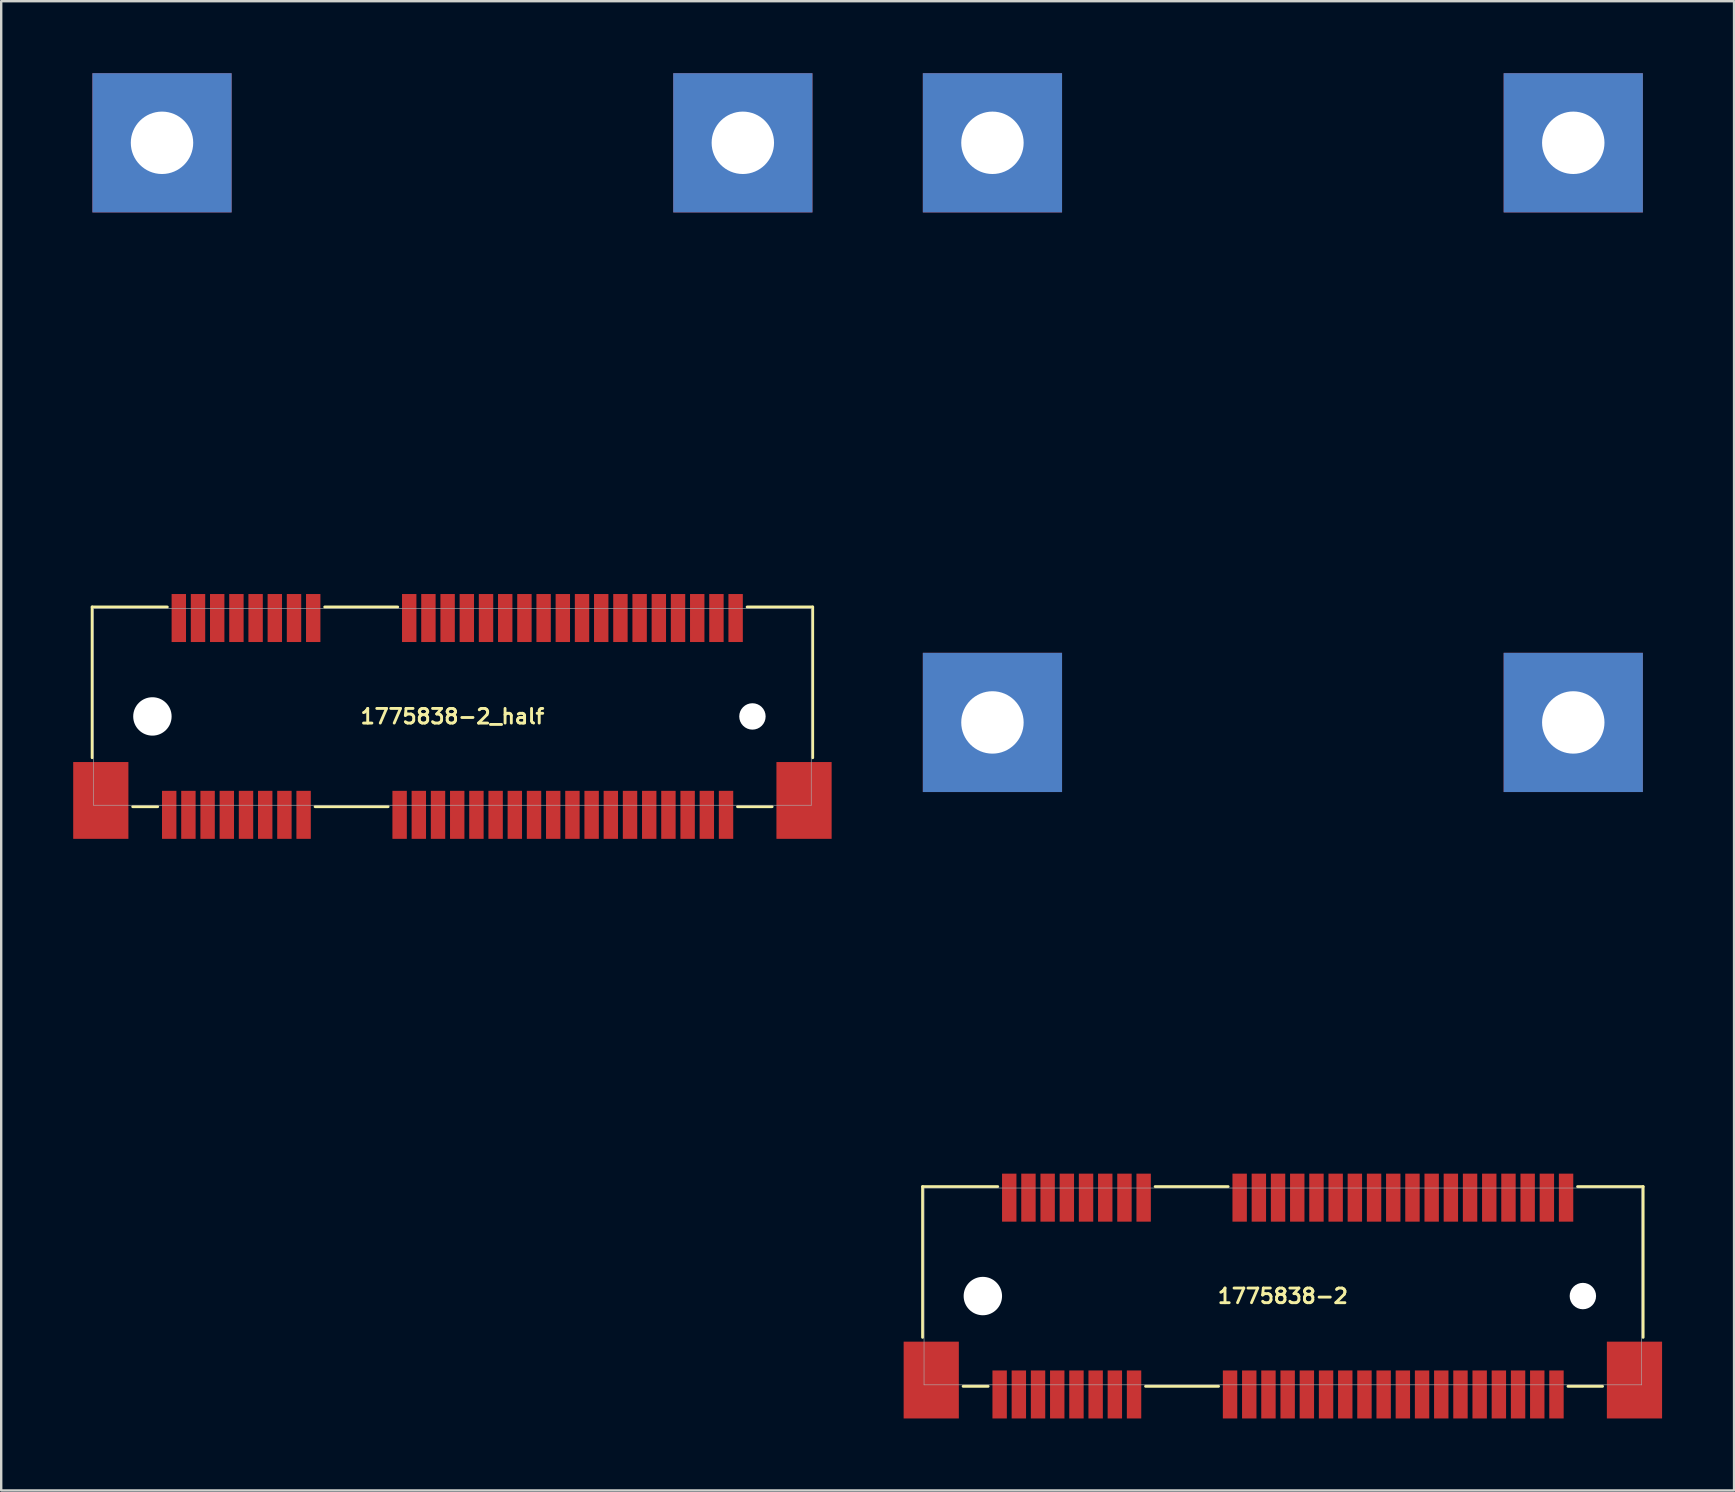
<source format=kicad_pcb>
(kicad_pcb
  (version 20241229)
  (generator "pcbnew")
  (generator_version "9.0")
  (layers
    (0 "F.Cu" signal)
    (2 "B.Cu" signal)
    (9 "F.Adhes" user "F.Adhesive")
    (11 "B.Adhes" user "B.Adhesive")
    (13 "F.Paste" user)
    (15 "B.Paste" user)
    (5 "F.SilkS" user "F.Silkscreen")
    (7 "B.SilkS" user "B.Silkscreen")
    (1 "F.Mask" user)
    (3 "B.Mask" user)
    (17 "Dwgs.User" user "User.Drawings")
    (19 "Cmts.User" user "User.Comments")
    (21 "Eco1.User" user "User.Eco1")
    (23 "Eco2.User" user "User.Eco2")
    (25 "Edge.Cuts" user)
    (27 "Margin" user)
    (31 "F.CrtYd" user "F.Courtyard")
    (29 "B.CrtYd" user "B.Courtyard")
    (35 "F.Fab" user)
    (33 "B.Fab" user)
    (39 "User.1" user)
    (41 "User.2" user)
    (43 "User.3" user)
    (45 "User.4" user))
  (footprint "1775838-2"
    (layer "F.Cu")
    (at 50.4 50.95)
    (property "Reference" "1775838-2" (at 0 0 0) (layer "F.SilkS") (effects (font (size 0.61 0.61) (thickness 0.12))))
    (attr through_hole)
    (fp_line (start -15.01 -4.56) (end -15.01 1.72) (stroke (width 0.12) (type solid)) (layer "F.SilkS"))
    (fp_line (start -13.32 3.76) (end -12.28 3.76) (stroke (width 0.12) (type solid)) (layer "F.SilkS"))
    (fp_line (start -11.88 -4.56) (end -15.01 -4.56) (stroke (width 0.12) (type solid)) (layer "F.SilkS"))
    (fp_line (start -5.32 -4.56) (end -2.28 -4.56) (stroke (width 0.12) (type solid)) (layer "F.SilkS"))
    (fp_line (start -2.68 3.76) (end -5.72 3.76) (stroke (width 0.12) (type solid)) (layer "F.SilkS"))
    (fp_line (start 12.28 -4.56) (end 15.01 -4.56) (stroke (width 0.12) (type solid)) (layer "F.SilkS"))
    (fp_line (start 13.32 3.76) (end 11.88 3.76) (stroke (width 0.12) (type solid)) (layer "F.SilkS"))
    (fp_line (start 15.01 -4.56) (end 15.01 1.72) (stroke (width 0.12) (type solid)) (layer "F.SilkS"))
    (fp_line (start -14.95 -4.5) (end 14.95 -4.5) (stroke (width 0.025) (type solid)) (layer "F.Fab"))
    (fp_line (start -14.95 3.7) (end -14.95 -4.5) (stroke (width 0.025) (type solid)) (layer "F.Fab"))
    (fp_line (start -14.95 3.7) (end 14.95 3.7) (stroke (width 0.025) (type solid)) (layer "F.Fab"))
    (fp_line (start 14.95 3.7) (end 14.95 -4.5) (stroke (width 0.025) (type solid)) (layer "F.Fab"))
    (pad "" np_thru_hole circle (at -12.5 0) (size 1.6 1.6) (drill 1.6) (layers "*.Cu" "*.Mask"))
    (pad "" np_thru_hole circle (at 12.5 0) (size 1.1 1.1) (drill 1.1) (layers "*.Cu" "*.Mask"))
    (pad "1" smd rect (at -11.8 4.1) (size 0.6 2) (layers "F.Cu" "F.Mask" "F.Paste"))
    (pad "2" smd rect (at -11.4 -4.1) (size 0.6 2) (layers "F.Cu" "F.Mask" "F.Paste"))
    (pad "3" smd rect (at -11 4.1) (size 0.6 2) (layers "F.Cu" "F.Mask" "F.Paste"))
    (pad "4" smd rect (at -10.6 -4.1) (size 0.6 2) (layers "F.Cu" "F.Mask" "F.Paste"))
    (pad "5" smd rect (at -10.2 4.1) (size 0.6 2) (layers "F.Cu" "F.Mask" "F.Paste"))
    (pad "6" smd rect (at -9.8 -4.1) (size 0.6 2) (layers "F.Cu" "F.Mask" "F.Paste"))
    (pad "7" smd rect (at -9.4 4.1) (size 0.6 2) (layers "F.Cu" "F.Mask" "F.Paste"))
    (pad "8" smd rect (at -9 -4.1) (size 0.6 2) (layers "F.Cu" "F.Mask" "F.Paste"))
    (pad "9" smd rect (at -8.6 4.1) (size 0.6 2) (layers "F.Cu" "F.Mask" "F.Paste"))
    (pad "10" smd rect (at -8.2 -4.1) (size 0.6 2) (layers "F.Cu" "F.Mask" "F.Paste"))
    (pad "11" smd rect (at -7.8 4.1) (size 0.6 2) (layers "F.Cu" "F.Mask" "F.Paste"))
    (pad "12" smd rect (at -7.4 -4.1) (size 0.6 2) (layers "F.Cu" "F.Mask" "F.Paste"))
    (pad "13" smd rect (at -7 4.1) (size 0.6 2) (layers "F.Cu" "F.Mask" "F.Paste"))
    (pad "14" smd rect (at -6.6 -4.1) (size 0.6 2) (layers "F.Cu" "F.Mask" "F.Paste"))
    (pad "15" smd rect (at -6.2 4.1) (size 0.6 2) (layers "F.Cu" "F.Mask" "F.Paste"))
    (pad "16" smd rect (at -5.8 -4.1) (size 0.6 2) (layers "F.Cu" "F.Mask" "F.Paste"))
    (pad "17" smd rect (at -2.2 4.1) (size 0.6 2) (layers "F.Cu" "F.Mask" "F.Paste"))
    (pad "18" smd rect (at -1.8 -4.1) (size 0.6 2) (layers "F.Cu" "F.Mask" "F.Paste"))
    (pad "19" smd rect (at -1.4 4.1) (size 0.6 2) (layers "F.Cu" "F.Mask" "F.Paste"))
    (pad "20" smd rect (at -1 -4.1) (size 0.6 2) (layers "F.Cu" "F.Mask" "F.Paste"))
    (pad "21" smd rect (at -0.6 4.1) (size 0.6 2) (layers "F.Cu" "F.Mask" "F.Paste"))
    (pad "22" smd rect (at -0.2 -4.1) (size 0.6 2) (layers "F.Cu" "F.Mask" "F.Paste"))
    (pad "23" smd rect (at 0.2 4.1) (size 0.6 2) (layers "F.Cu" "F.Mask" "F.Paste"))
    (pad "24" smd rect (at 0.6 -4.1) (size 0.6 2) (layers "F.Cu" "F.Mask" "F.Paste"))
    (pad "25" smd rect (at 1 4.1) (size 0.6 2) (layers "F.Cu" "F.Mask" "F.Paste"))
    (pad "26" smd rect (at 1.4 -4.1) (size 0.6 2) (layers "F.Cu" "F.Mask" "F.Paste"))
    (pad "27" smd rect (at 1.8 4.1) (size 0.6 2) (layers "F.Cu" "F.Mask" "F.Paste"))
    (pad "28" smd rect (at 2.2 -4.1) (size 0.6 2) (layers "F.Cu" "F.Mask" "F.Paste"))
    (pad "29" smd rect (at 2.6 4.1) (size 0.6 2) (layers "F.Cu" "F.Mask" "F.Paste"))
    (pad "30" smd rect (at 3 -4.1) (size 0.6 2) (layers "F.Cu" "F.Mask" "F.Paste"))
    (pad "31" smd rect (at 3.4 4.1) (size 0.6 2) (layers "F.Cu" "F.Mask" "F.Paste"))
    (pad "32" smd rect (at 3.8 -4.1) (size 0.6 2) (layers "F.Cu" "F.Mask" "F.Paste"))
    (pad "33" smd rect (at 4.2 4.1) (size 0.6 2) (layers "F.Cu" "F.Mask" "F.Paste"))
    (pad "34" smd rect (at 4.6 -4.1) (size 0.6 2) (layers "F.Cu" "F.Mask" "F.Paste"))
    (pad "35" smd rect (at 5 4.1) (size 0.6 2) (layers "F.Cu" "F.Mask" "F.Paste"))
    (pad "36" smd rect (at 5.4 -4.1) (size 0.6 2) (layers "F.Cu" "F.Mask" "F.Paste"))
    (pad "37" smd rect (at 5.8 4.1) (size 0.6 2) (layers "F.Cu" "F.Mask" "F.Paste"))
    (pad "38" smd rect (at 6.2 -4.1) (size 0.6 2) (layers "F.Cu" "F.Mask" "F.Paste"))
    (pad "39" smd rect (at 6.6 4.1) (size 0.6 2) (layers "F.Cu" "F.Mask" "F.Paste"))
    (pad "40" smd rect (at 7 -4.1) (size 0.6 2) (layers "F.Cu" "F.Mask" "F.Paste"))
    (pad "41" smd rect (at 7.4 4.1) (size 0.6 2) (layers "F.Cu" "F.Mask" "F.Paste"))
    (pad "42" smd rect (at 7.8 -4.1) (size 0.6 2) (layers "F.Cu" "F.Mask" "F.Paste"))
    (pad "43" smd rect (at 8.2 4.1) (size 0.6 2) (layers "F.Cu" "F.Mask" "F.Paste"))
    (pad "44" smd rect (at 8.6 -4.1) (size 0.6 2) (layers "F.Cu" "F.Mask" "F.Paste"))
    (pad "45" smd rect (at 9 4.1) (size 0.6 2) (layers "F.Cu" "F.Mask" "F.Paste"))
    (pad "46" smd rect (at 9.4 -4.1) (size 0.6 2) (layers "F.Cu" "F.Mask" "F.Paste"))
    (pad "47" smd rect (at 9.8 4.1) (size 0.6 2) (layers "F.Cu" "F.Mask" "F.Paste"))
    (pad "48" smd rect (at 10.2 -4.1) (size 0.6 2) (layers "F.Cu" "F.Mask" "F.Paste"))
    (pad "49" smd rect (at 10.6 4.1) (size 0.6 2) (layers "F.Cu" "F.Mask" "F.Paste"))
    (pad "50" smd rect (at 11 -4.1) (size 0.6 2) (layers "F.Cu" "F.Mask" "F.Paste"))
    (pad "51" smd rect (at 11.4 4.1) (size 0.6 2) (layers "F.Cu" "F.Mask" "F.Paste"))
    (pad "52" smd rect (at 11.8 -4.1) (size 0.6 2) (layers "F.Cu" "F.Mask" "F.Paste"))
    (pad "FR" smd rect (at -14.65 3.5) (size 2.3 3.2) (layers "F.Cu" "F.Mask" "F.Paste"))
    (pad "FR" thru_hole rect (at -12.1 -48.05) (size 5.8 5.8) (drill 2.6) (layers "*.Cu" "*.Mask"))
    (pad "FR" thru_hole rect (at -12.1 -23.9) (size 5.8 5.8) (drill 2.6) (layers "*.Cu" "*.Mask"))
    (pad "FR" thru_hole rect (at 12.1 -48.05) (size 5.8 5.8) (drill 2.6) (layers "*.Cu" "*.Mask"))
    (pad "FR" thru_hole rect (at 12.1 -23.9) (size 5.8 5.8) (drill 2.6) (layers "*.Cu" "*.Mask"))
    (pad "FR" smd rect (at 14.65 3.5) (size 2.3 3.2) (layers "F.Cu" "F.Mask" "F.Paste")))
  (footprint "1775838-2_half"
    (layer "F.Cu")
    (at 15.8 26.8)
    (property "Reference" "1775838-2_half" (at 0 0 0) (layer "F.SilkS") (effects (font (size 0.61 0.61) (thickness 0.12))))
    (attr through_hole)
    (fp_line (start -15.01 -4.56) (end -15.01 1.72) (stroke (width 0.12) (type solid)) (layer "F.SilkS"))
    (fp_line (start -13.32 3.76) (end -12.28 3.76) (stroke (width 0.12) (type solid)) (layer "F.SilkS"))
    (fp_line (start -11.88 -4.56) (end -15.01 -4.56) (stroke (width 0.12) (type solid)) (layer "F.SilkS"))
    (fp_line (start -5.32 -4.56) (end -2.28 -4.56) (stroke (width 0.12) (type solid)) (layer "F.SilkS"))
    (fp_line (start -2.68 3.76) (end -5.72 3.76) (stroke (width 0.12) (type solid)) (layer "F.SilkS"))
    (fp_line (start 12.28 -4.56) (end 15.01 -4.56) (stroke (width 0.12) (type solid)) (layer "F.SilkS"))
    (fp_line (start 13.32 3.76) (end 11.88 3.76) (stroke (width 0.12) (type solid)) (layer "F.SilkS"))
    (fp_line (start 15.01 -4.56) (end 15.01 1.72) (stroke (width 0.12) (type solid)) (layer "F.SilkS"))
    (fp_line (start -14.95 -4.5) (end 14.95 -4.5) (stroke (width 0.025) (type solid)) (layer "F.Fab"))
    (fp_line (start -14.95 3.7) (end -14.95 -4.5) (stroke (width 0.025) (type solid)) (layer "F.Fab"))
    (fp_line (start -14.95 3.7) (end 14.95 3.7) (stroke (width 0.025) (type solid)) (layer "F.Fab"))
    (fp_line (start 14.95 3.7) (end 14.95 -4.5) (stroke (width 0.025) (type solid)) (layer "F.Fab"))
    (pad "" np_thru_hole circle (at -12.5 0) (size 1.6 1.6) (drill 1.6) (layers "*.Cu" "*.Mask"))
    (pad "" np_thru_hole circle (at 12.5 0) (size 1.1 1.1) (drill 1.1) (layers "*.Cu" "*.Mask"))
    (pad "1" smd rect (at -11.8 4.1) (size 0.6 2) (layers "F.Cu" "F.Mask" "F.Paste"))
    (pad "2" smd rect (at -11.4 -4.1) (size 0.6 2) (layers "F.Cu" "F.Mask" "F.Paste"))
    (pad "3" smd rect (at -11 4.1) (size 0.6 2) (layers "F.Cu" "F.Mask" "F.Paste"))
    (pad "4" smd rect (at -10.6 -4.1) (size 0.6 2) (layers "F.Cu" "F.Mask" "F.Paste"))
    (pad "5" smd rect (at -10.2 4.1) (size 0.6 2) (layers "F.Cu" "F.Mask" "F.Paste"))
    (pad "6" smd rect (at -9.8 -4.1) (size 0.6 2) (layers "F.Cu" "F.Mask" "F.Paste"))
    (pad "7" smd rect (at -9.4 4.1) (size 0.6 2) (layers "F.Cu" "F.Mask" "F.Paste"))
    (pad "8" smd rect (at -9 -4.1) (size 0.6 2) (layers "F.Cu" "F.Mask" "F.Paste"))
    (pad "9" smd rect (at -8.6 4.1) (size 0.6 2) (layers "F.Cu" "F.Mask" "F.Paste"))
    (pad "10" smd rect (at -8.2 -4.1) (size 0.6 2) (layers "F.Cu" "F.Mask" "F.Paste"))
    (pad "11" smd rect (at -7.8 4.1) (size 0.6 2) (layers "F.Cu" "F.Mask" "F.Paste"))
    (pad "12" smd rect (at -7.4 -4.1) (size 0.6 2) (layers "F.Cu" "F.Mask" "F.Paste"))
    (pad "13" smd rect (at -7 4.1) (size 0.6 2) (layers "F.Cu" "F.Mask" "F.Paste"))
    (pad "14" smd rect (at -6.6 -4.1) (size 0.6 2) (layers "F.Cu" "F.Mask" "F.Paste"))
    (pad "15" smd rect (at -6.2 4.1) (size 0.6 2) (layers "F.Cu" "F.Mask" "F.Paste"))
    (pad "16" smd rect (at -5.8 -4.1) (size 0.6 2) (layers "F.Cu" "F.Mask" "F.Paste"))
    (pad "17" smd rect (at -2.2 4.1) (size 0.6 2) (layers "F.Cu" "F.Mask" "F.Paste"))
    (pad "18" smd rect (at -1.8 -4.1) (size 0.6 2) (layers "F.Cu" "F.Mask" "F.Paste"))
    (pad "19" smd rect (at -1.4 4.1) (size 0.6 2) (layers "F.Cu" "F.Mask" "F.Paste"))
    (pad "20" smd rect (at -1 -4.1) (size 0.6 2) (layers "F.Cu" "F.Mask" "F.Paste"))
    (pad "21" smd rect (at -0.6 4.1) (size 0.6 2) (layers "F.Cu" "F.Mask" "F.Paste"))
    (pad "22" smd rect (at -0.2 -4.1) (size 0.6 2) (layers "F.Cu" "F.Mask" "F.Paste"))
    (pad "23" smd rect (at 0.2 4.1) (size 0.6 2) (layers "F.Cu" "F.Mask" "F.Paste"))
    (pad "24" smd rect (at 0.6 -4.1) (size 0.6 2) (layers "F.Cu" "F.Mask" "F.Paste"))
    (pad "25" smd rect (at 1 4.1) (size 0.6 2) (layers "F.Cu" "F.Mask" "F.Paste"))
    (pad "26" smd rect (at 1.4 -4.1) (size 0.6 2) (layers "F.Cu" "F.Mask" "F.Paste"))
    (pad "27" smd rect (at 1.8 4.1) (size 0.6 2) (layers "F.Cu" "F.Mask" "F.Paste"))
    (pad "28" smd rect (at 2.2 -4.1) (size 0.6 2) (layers "F.Cu" "F.Mask" "F.Paste"))
    (pad "29" smd rect (at 2.6 4.1) (size 0.6 2) (layers "F.Cu" "F.Mask" "F.Paste"))
    (pad "30" smd rect (at 3 -4.1) (size 0.6 2) (layers "F.Cu" "F.Mask" "F.Paste"))
    (pad "31" smd rect (at 3.4 4.1) (size 0.6 2) (layers "F.Cu" "F.Mask" "F.Paste"))
    (pad "32" smd rect (at 3.8 -4.1) (size 0.6 2) (layers "F.Cu" "F.Mask" "F.Paste"))
    (pad "33" smd rect (at 4.2 4.1) (size 0.6 2) (layers "F.Cu" "F.Mask" "F.Paste"))
    (pad "34" smd rect (at 4.6 -4.1) (size 0.6 2) (layers "F.Cu" "F.Mask" "F.Paste"))
    (pad "35" smd rect (at 5 4.1) (size 0.6 2) (layers "F.Cu" "F.Mask" "F.Paste"))
    (pad "36" smd rect (at 5.4 -4.1) (size 0.6 2) (layers "F.Cu" "F.Mask" "F.Paste"))
    (pad "37" smd rect (at 5.8 4.1) (size 0.6 2) (layers "F.Cu" "F.Mask" "F.Paste"))
    (pad "38" smd rect (at 6.2 -4.1) (size 0.6 2) (layers "F.Cu" "F.Mask" "F.Paste"))
    (pad "39" smd rect (at 6.6 4.1) (size 0.6 2) (layers "F.Cu" "F.Mask" "F.Paste"))
    (pad "40" smd rect (at 7 -4.1) (size 0.6 2) (layers "F.Cu" "F.Mask" "F.Paste"))
    (pad "41" smd rect (at 7.4 4.1) (size 0.6 2) (layers "F.Cu" "F.Mask" "F.Paste"))
    (pad "42" smd rect (at 7.8 -4.1) (size 0.6 2) (layers "F.Cu" "F.Mask" "F.Paste"))
    (pad "43" smd rect (at 8.2 4.1) (size 0.6 2) (layers "F.Cu" "F.Mask" "F.Paste"))
    (pad "44" smd rect (at 8.6 -4.1) (size 0.6 2) (layers "F.Cu" "F.Mask" "F.Paste"))
    (pad "45" smd rect (at 9 4.1) (size 0.6 2) (layers "F.Cu" "F.Mask" "F.Paste"))
    (pad "46" smd rect (at 9.4 -4.1) (size 0.6 2) (layers "F.Cu" "F.Mask" "F.Paste"))
    (pad "47" smd rect (at 9.8 4.1) (size 0.6 2) (layers "F.Cu" "F.Mask" "F.Paste"))
    (pad "48" smd rect (at 10.2 -4.1) (size 0.6 2) (layers "F.Cu" "F.Mask" "F.Paste"))
    (pad "49" smd rect (at 10.6 4.1) (size 0.6 2) (layers "F.Cu" "F.Mask" "F.Paste"))
    (pad "50" smd rect (at 11 -4.1) (size 0.6 2) (layers "F.Cu" "F.Mask" "F.Paste"))
    (pad "51" smd rect (at 11.4 4.1) (size 0.6 2) (layers "F.Cu" "F.Mask" "F.Paste"))
    (pad "52" smd rect (at 11.8 -4.1) (size 0.6 2) (layers "F.Cu" "F.Mask" "F.Paste"))
    (pad "FR" smd rect (at -14.65 3.5) (size 2.3 3.2) (layers "F.Cu" "F.Mask" "F.Paste"))
    (pad "FR" thru_hole rect (at -12.1 -23.9) (size 5.8 5.8) (drill 2.6) (layers "*.Cu" "*.Mask"))
    (pad "FR" thru_hole rect (at 12.1 -23.9) (size 5.8 5.8) (drill 2.6) (layers "*.Cu" "*.Mask"))
    (pad "FR" smd rect (at 14.65 3.5) (size 2.3 3.2) (layers "F.Cu" "F.Mask" "F.Paste")))
  (gr_rect
    (start -3 -3)
    (end 69.2 59.05)
    (stroke (width 0.1) (type default))
    (fill no)
    (layer "Edge.Cuts")))
</source>
